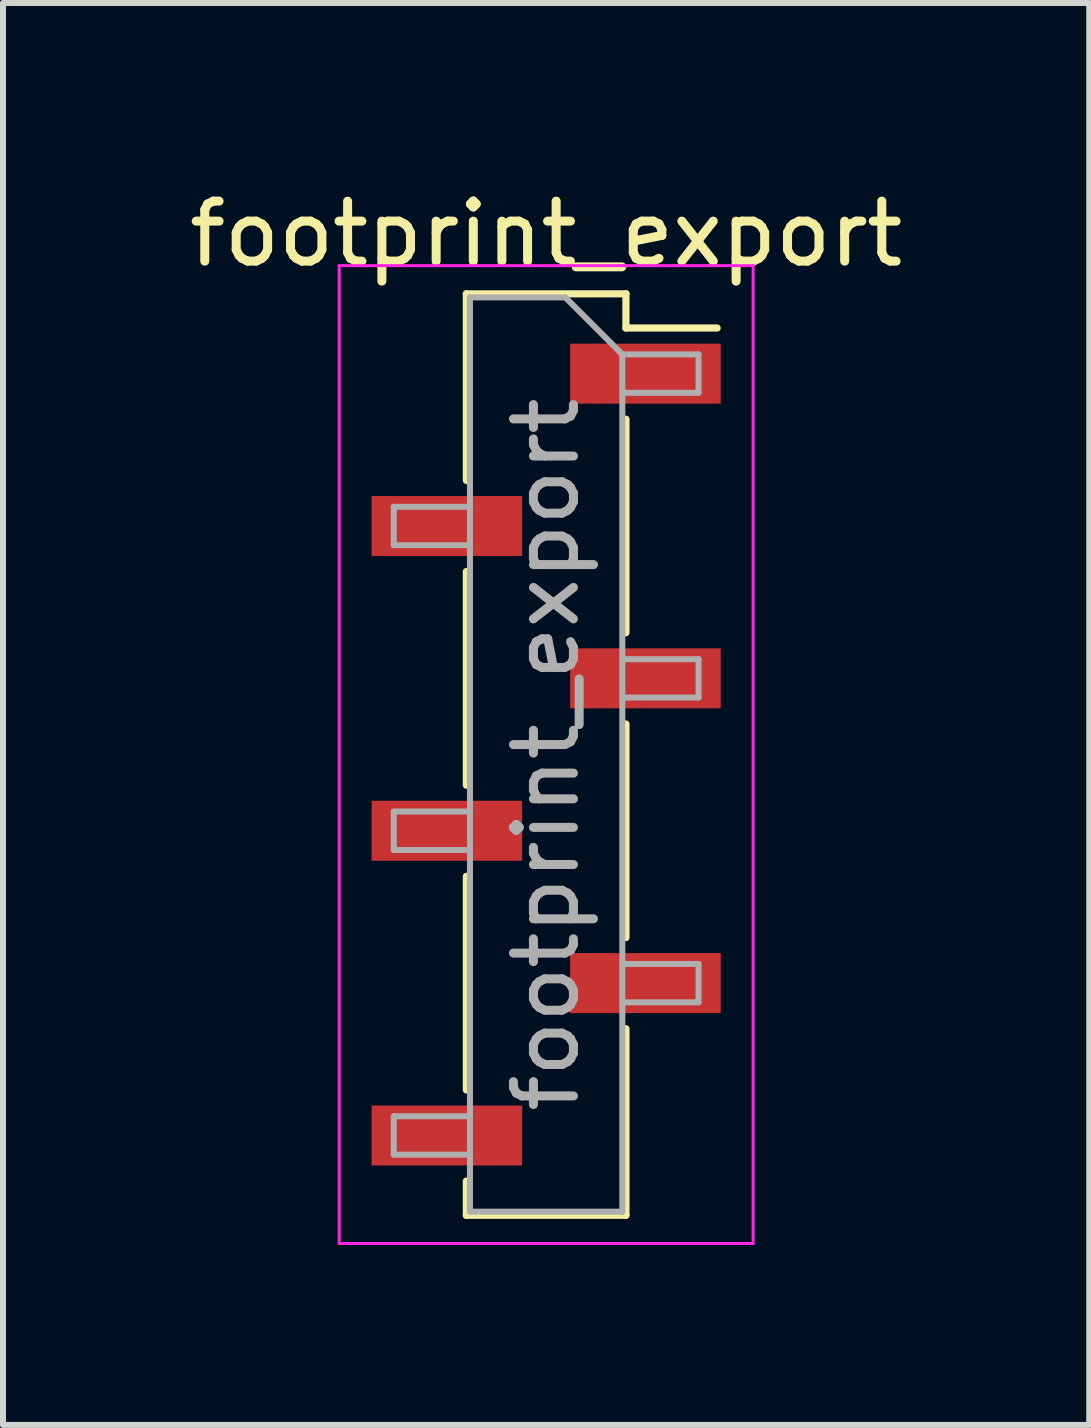
<source format=kicad_pcb>
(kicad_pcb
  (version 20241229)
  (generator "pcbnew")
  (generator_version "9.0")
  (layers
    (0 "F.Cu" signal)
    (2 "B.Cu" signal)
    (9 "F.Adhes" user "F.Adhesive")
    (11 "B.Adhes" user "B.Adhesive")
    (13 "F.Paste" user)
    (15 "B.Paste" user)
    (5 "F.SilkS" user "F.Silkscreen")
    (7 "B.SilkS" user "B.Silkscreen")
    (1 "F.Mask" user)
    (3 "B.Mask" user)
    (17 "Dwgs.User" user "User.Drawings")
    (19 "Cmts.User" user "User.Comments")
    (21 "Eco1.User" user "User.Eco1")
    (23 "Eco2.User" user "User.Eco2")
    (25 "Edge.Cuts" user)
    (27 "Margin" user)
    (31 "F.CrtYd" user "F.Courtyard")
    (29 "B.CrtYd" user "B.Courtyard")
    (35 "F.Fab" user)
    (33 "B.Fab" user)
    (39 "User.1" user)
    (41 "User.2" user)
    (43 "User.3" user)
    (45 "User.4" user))
  (footprint "footprint_export"
    (layer "F.Cu")
    (at 6.054 9.528)
    (property "Reference" "footprint_export" (at 0 -8.68 0) (layer "F.SilkS") (effects (font (size 1 1) (thickness 0.15))))
    (attr smd)
    (fp_line (start -1.33 -7.68) (end -1.33 -4.57) (stroke (width 0.12) (type solid)) (layer "F.SilkS"))
    (fp_line (start -1.33 -7.68) (end 1.33 -7.68) (stroke (width 0.12) (type solid)) (layer "F.SilkS"))
    (fp_line (start -1.33 -3.05) (end -1.33 0.51) (stroke (width 0.12) (type solid)) (layer "F.SilkS"))
    (fp_line (start -1.33 2.03) (end -1.33 5.59) (stroke (width 0.12) (type solid)) (layer "F.SilkS"))
    (fp_line (start -1.33 7.11) (end -1.33 7.68) (stroke (width 0.12) (type solid)) (layer "F.SilkS"))
    (fp_line (start -1.33 7.68) (end 1.33 7.68) (stroke (width 0.12) (type solid)) (layer "F.SilkS"))
    (fp_line (start 1.33 -7.68) (end 1.33 -7.11) (stroke (width 0.12) (type solid)) (layer "F.SilkS"))
    (fp_line (start 1.33 -7.11) (end 2.85 -7.11) (stroke (width 0.12) (type solid)) (layer "F.SilkS"))
    (fp_line (start 1.33 -5.59) (end 1.33 -2.03) (stroke (width 0.12) (type solid)) (layer "F.SilkS"))
    (fp_line (start 1.33 -0.51) (end 1.33 3.05) (stroke (width 0.12) (type solid)) (layer "F.SilkS"))
    (fp_line (start 1.33 4.57) (end 1.33 7.68) (stroke (width 0.12) (type solid)) (layer "F.SilkS"))
    (fp_line (start -3.45 -8.15) (end -3.45 8.15) (stroke (width 0.05) (type solid)) (layer "F.CrtYd"))
    (fp_line (start -3.45 8.15) (end 3.45 8.15) (stroke (width 0.05) (type solid)) (layer "F.CrtYd"))
    (fp_line (start 3.45 -8.15) (end -3.45 -8.15) (stroke (width 0.05) (type solid)) (layer "F.CrtYd"))
    (fp_line (start 3.45 8.15) (end 3.45 -8.15) (stroke (width 0.05) (type solid)) (layer "F.CrtYd"))
    (fp_line (start -2.54 -4.13) (end -2.54 -3.49) (stroke (width 0.1) (type solid)) (layer "F.Fab"))
    (fp_line (start -2.54 -3.49) (end -1.27 -3.49) (stroke (width 0.1) (type solid)) (layer "F.Fab"))
    (fp_line (start -2.54 0.95) (end -2.54 1.59) (stroke (width 0.1) (type solid)) (layer "F.Fab"))
    (fp_line (start -2.54 1.59) (end -1.27 1.59) (stroke (width 0.1) (type solid)) (layer "F.Fab"))
    (fp_line (start -2.54 6.03) (end -2.54 6.67) (stroke (width 0.1) (type solid)) (layer "F.Fab"))
    (fp_line (start -2.54 6.67) (end -1.27 6.67) (stroke (width 0.1) (type solid)) (layer "F.Fab"))
    (fp_line (start -1.27 -7.62) (end -1.27 7.62) (stroke (width 0.1) (type solid)) (layer "F.Fab"))
    (fp_line (start -1.27 -7.62) (end 0.32 -7.62) (stroke (width 0.1) (type solid)) (layer "F.Fab"))
    (fp_line (start -1.27 -4.13) (end -2.54 -4.13) (stroke (width 0.1) (type solid)) (layer "F.Fab"))
    (fp_line (start -1.27 0.95) (end -2.54 0.95) (stroke (width 0.1) (type solid)) (layer "F.Fab"))
    (fp_line (start -1.27 6.03) (end -2.54 6.03) (stroke (width 0.1) (type solid)) (layer "F.Fab"))
    (fp_line (start 1.27 -6.67) (end 0.32 -7.62) (stroke (width 0.1) (type solid)) (layer "F.Fab"))
    (fp_line (start 1.27 -6.67) (end 2.54 -6.67) (stroke (width 0.1) (type solid)) (layer "F.Fab"))
    (fp_line (start 1.27 -1.59) (end 2.54 -1.59) (stroke (width 0.1) (type solid)) (layer "F.Fab"))
    (fp_line (start 1.27 3.49) (end 2.54 3.49) (stroke (width 0.1) (type solid)) (layer "F.Fab"))
    (fp_line (start 1.27 7.62) (end -1.27 7.62) (stroke (width 0.1) (type solid)) (layer "F.Fab"))
    (fp_line (start 1.27 7.62) (end 1.27 -6.67) (stroke (width 0.1) (type solid)) (layer "F.Fab"))
    (fp_line (start 2.54 -6.67) (end 2.54 -6.03) (stroke (width 0.1) (type solid)) (layer "F.Fab"))
    (fp_line (start 2.54 -6.03) (end 1.27 -6.03) (stroke (width 0.1) (type solid)) (layer "F.Fab"))
    (fp_line (start 2.54 -1.59) (end 2.54 -0.95) (stroke (width 0.1) (type solid)) (layer "F.Fab"))
    (fp_line (start 2.54 -0.95) (end 1.27 -0.95) (stroke (width 0.1) (type solid)) (layer "F.Fab"))
    (fp_line (start 2.54 3.49) (end 2.54 4.13) (stroke (width 0.1) (type solid)) (layer "F.Fab"))
    (fp_line (start 2.54 4.13) (end 1.27 4.13) (stroke (width 0.1) (type solid)) (layer "F.Fab"))
    (fp_text user "${REFERENCE}" (at 0 0 90) (layer "F.Fab") (effects (font (size 1 1) (thickness 0.15))))
    (pad "1" smd rect (at 1.655 -6.35) (size 2.51 1) (layers "F.Cu" "F.Mask" "F.Paste"))
    (pad "2" smd rect (at -1.655 -3.81) (size 2.51 1) (layers "F.Cu" "F.Mask" "F.Paste"))
    (pad "3" smd rect (at 1.655 -1.27) (size 2.51 1) (layers "F.Cu" "F.Mask" "F.Paste"))
    (pad "4" smd rect (at -1.655 1.27) (size 2.51 1) (layers "F.Cu" "F.Mask" "F.Paste"))
    (pad "5" smd rect (at 1.655 3.81) (size 2.51 1) (layers "F.Cu" "F.Mask" "F.Paste"))
    (pad "6" smd rect (at -1.655 6.35) (size 2.51 1) (layers "F.Cu" "F.Mask" "F.Paste")))
  (gr_rect
    (start -3 -3)
    (end 15.107 20.703)
    (stroke (width 0.1) (type default))
    (fill no)
    (layer "Edge.Cuts")))
</source>
